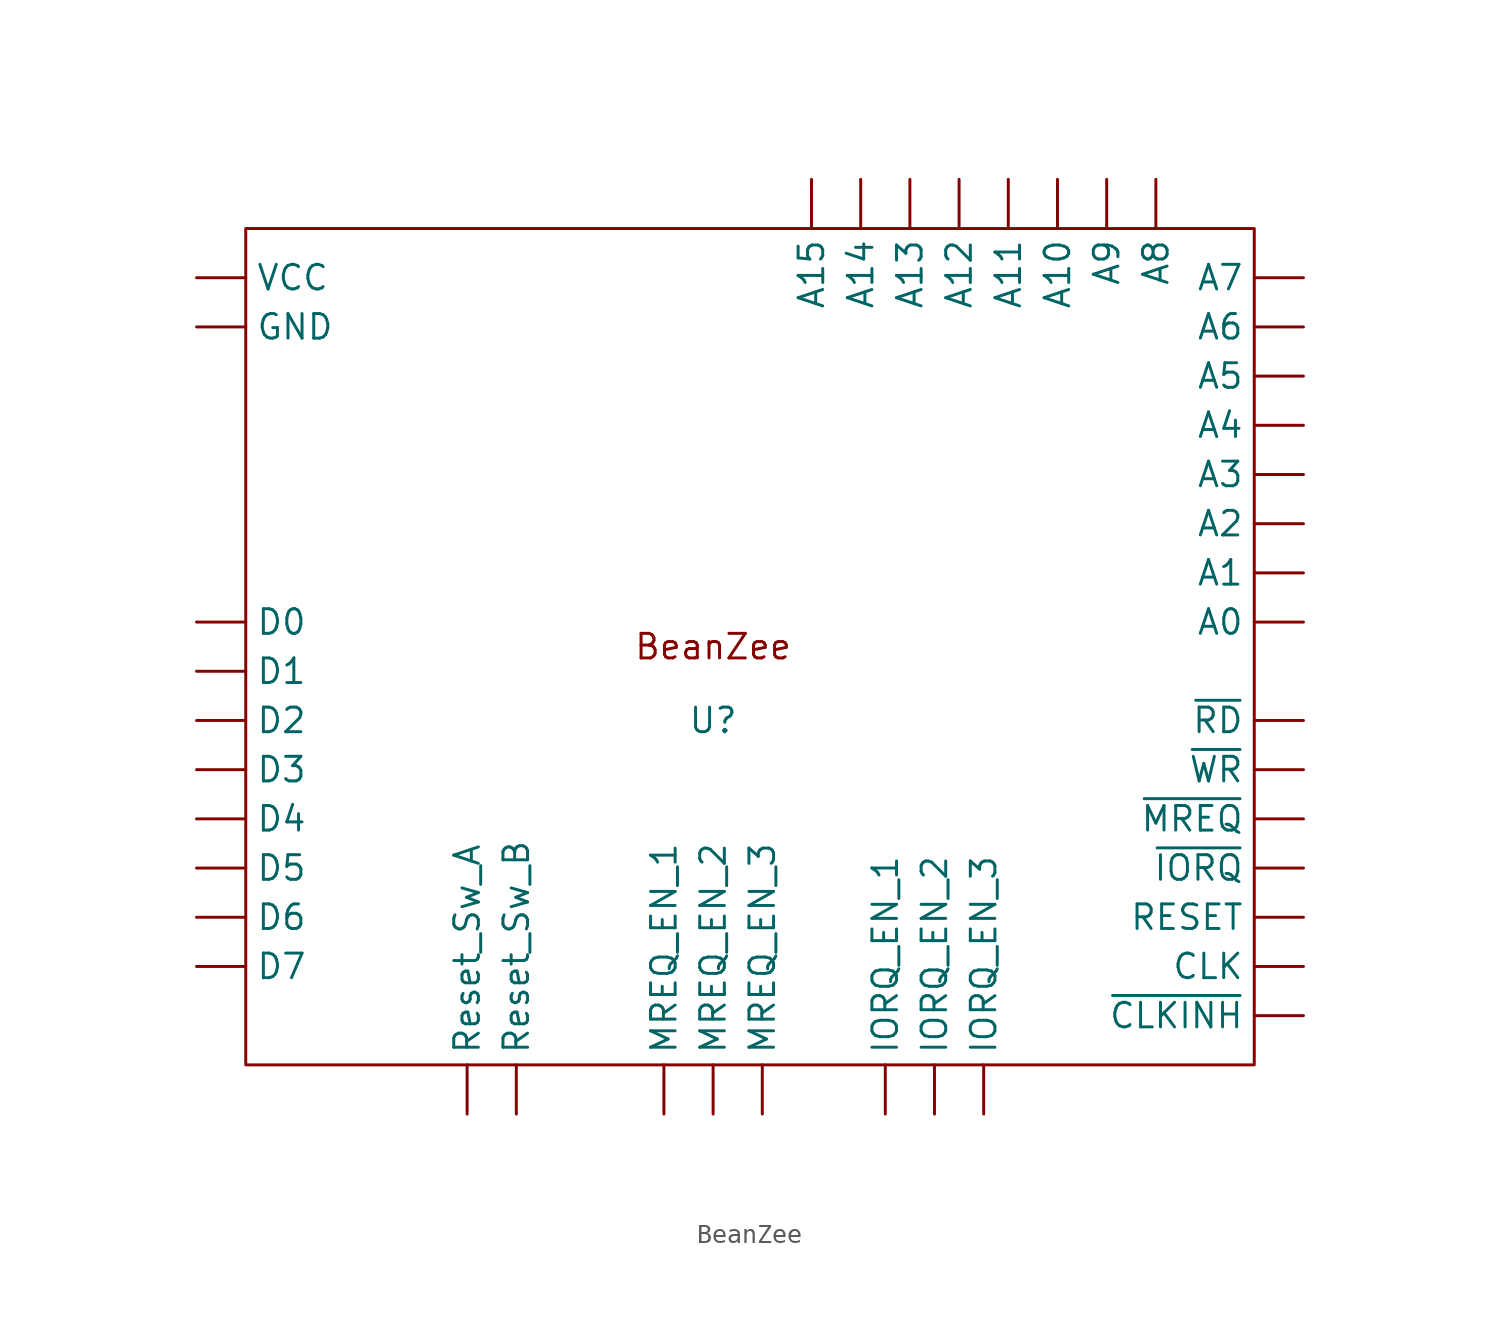
<source format=kicad_sym>
(kicad_symbol_lib
  (version 20220914)
  (generator kicad_symbol_editor)
  (symbol "BeanZee"
    (property "Reference" "U"
      (at 7.62 -3.81 0)
      (effects (font (size 1.27 1.27))))
    (property "Value" ""
      (at 0 0 0)
      (effects (font (size 1.27 1.27))))
    (symbol "BeanZee_0_1"
      (rectangle (start -16.51 21.59) (end 35.56 -21.59) (stroke (width 0) (type default)) (fill (type none))))
    (symbol "BeanZee_1_1"
      (text "BeanZee" (at 7.62 0 0) (effects (font (size 1.27 1.27))))
      (pin output line (at 38.1 1.27 180) (length 2.54) (name "A0" (effects (font (size 1.27 1.27)))) (number "" (effects (font (size 1.27 1.27)))))
      (pin output line (at 38.1 3.81 180) (length 2.54) (name "A1" (effects (font (size 1.27 1.27)))) (number "" (effects (font (size 1.27 1.27)))))
      (pin output line (at 25.4 24.13 270) (length 2.54) (name "A10" (effects (font (size 1.27 1.27)))) (number "" (effects (font (size 1.27 1.27)))))
      (pin output line (at 22.86 24.13 270) (length 2.54) (name "A11" (effects (font (size 1.27 1.27)))) (number "" (effects (font (size 1.27 1.27)))))
      (pin output line (at 20.32 24.13 270) (length 2.54) (name "A12" (effects (font (size 1.27 1.27)))) (number "" (effects (font (size 1.27 1.27)))))
      (pin output line (at 17.78 24.13 270) (length 2.54) (name "A13" (effects (font (size 1.27 1.27)))) (number "" (effects (font (size 1.27 1.27)))))
      (pin output line (at 15.24 24.13 270) (length 2.54) (name "A14" (effects (font (size 1.27 1.27)))) (number "" (effects (font (size 1.27 1.27)))))
      (pin output line (at 12.7 24.13 270) (length 2.54) (name "A15" (effects (font (size 1.27 1.27)))) (number "" (effects (font (size 1.27 1.27)))))
      (pin output line (at 38.1 6.35 180) (length 2.54) (name "A2" (effects (font (size 1.27 1.27)))) (number "" (effects (font (size 1.27 1.27)))))
      (pin output line (at 38.1 8.89 180) (length 2.54) (name "A3" (effects (font (size 1.27 1.27)))) (number "" (effects (font (size 1.27 1.27)))))
      (pin output line (at 38.1 11.43 180) (length 2.54) (name "A4" (effects (font (size 1.27 1.27)))) (number "" (effects (font (size 1.27 1.27)))))
      (pin output line (at 38.1 13.97 180) (length 2.54) (name "A5" (effects (font (size 1.27 1.27)))) (number "" (effects (font (size 1.27 1.27)))))
      (pin output line (at 38.1 16.51 180) (length 2.54) (name "A6" (effects (font (size 1.27 1.27)))) (number "" (effects (font (size 1.27 1.27)))))
      (pin output line (at 38.1 19.05 180) (length 2.54) (name "A7" (effects (font (size 1.27 1.27)))) (number "" (effects (font (size 1.27 1.27)))))
      (pin output line (at 30.48 24.13 270) (length 2.54) (name "A8" (effects (font (size 1.27 1.27)))) (number "" (effects (font (size 1.27 1.27)))))
      (pin output line (at 27.94 24.13 270) (length 2.54) (name "A9" (effects (font (size 1.27 1.27)))) (number "" (effects (font (size 1.27 1.27)))))
      (pin tri_state line (at 38.1 -16.51 180) (length 2.54) (name "CLK" (effects (font (size 1.27 1.27)))) (number "" (effects (font (size 1.27 1.27)))))
      (pin tri_state line (at -19.05 1.27 0) (length 2.54) (name "D0" (effects (font (size 1.27 1.27)))) (number "" (effects (font (size 1.27 1.27)))))
      (pin tri_state line (at -19.05 -1.27 0) (length 2.54) (name "D1" (effects (font (size 1.27 1.27)))) (number "" (effects (font (size 1.27 1.27)))))
      (pin tri_state line (at -19.05 -3.81 0) (length 2.54) (name "D2" (effects (font (size 1.27 1.27)))) (number "" (effects (font (size 1.27 1.27)))))
      (pin tri_state line (at -19.05 -6.35 0) (length 2.54) (name "D3" (effects (font (size 1.27 1.27)))) (number "" (effects (font (size 1.27 1.27)))))
      (pin tri_state line (at -19.05 -8.89 0) (length 2.54) (name "D4" (effects (font (size 1.27 1.27)))) (number "" (effects (font (size 1.27 1.27)))))
      (pin tri_state line (at -19.05 -11.43 0) (length 2.54) (name "D5" (effects (font (size 1.27 1.27)))) (number "" (effects (font (size 1.27 1.27)))))
      (pin tri_state line (at -19.05 -13.97 0) (length 2.54) (name "D6" (effects (font (size 1.27 1.27)))) (number "" (effects (font (size 1.27 1.27)))))
      (pin tri_state line (at -19.05 -16.51 0) (length 2.54) (name "D7" (effects (font (size 1.27 1.27)))) (number "" (effects (font (size 1.27 1.27)))))
      (pin power_out line (at -19.05 16.51 0) (length 2.54) (name "GND" (effects (font (size 1.27 1.27)))) (number "" (effects (font (size 1.27 1.27)))))
      (pin input line (at 16.51 -24.13 90) (length 2.54) (name "IORQ_EN_1" (effects (font (size 1.27 1.27)))) (number "" (effects (font (size 1.27 1.27)))))
      (pin input line (at 19.05 -24.13 90) (length 2.54) (name "IORQ_EN_2" (effects (font (size 1.27 1.27)))) (number "" (effects (font (size 1.27 1.27)))))
      (pin input line (at 21.59 -24.13 90) (length 2.54) (name "IORQ_EN_3" (effects (font (size 1.27 1.27)))) (number "" (effects (font (size 1.27 1.27)))))
      (pin input line (at 5.08 -24.13 90) (length 2.54) (name "MREQ_EN_1" (effects (font (size 1.27 1.27)))) (number "" (effects (font (size 1.27 1.27)))))
      (pin input line (at 7.62 -24.13 90) (length 2.54) (name "MREQ_EN_2" (effects (font (size 1.27 1.27)))) (number "" (effects (font (size 1.27 1.27)))))
      (pin input line (at 10.16 -24.13 90) (length 2.54) (name "MREQ_EN_3" (effects (font (size 1.27 1.27)))) (number "" (effects (font (size 1.27 1.27)))))
      (pin tri_state line (at 38.1 -13.97 180) (length 2.54) (name "RESET" (effects (font (size 1.27 1.27)))) (number "" (effects (font (size 1.27 1.27)))))
      (pin input line (at -5.08 -24.13 90) (length 2.54) (name "Reset_Sw_A" (effects (font (size 1.27 1.27)))) (number "" (effects (font (size 1.27 1.27)))))
      (pin input line (at -2.54 -24.13 90) (length 2.54) (name "Reset_Sw_B" (effects (font (size 1.27 1.27)))) (number "" (effects (font (size 1.27 1.27)))))
      (pin power_out line (at -19.05 19.05 0) (length 2.54) (name "VCC" (effects (font (size 1.27 1.27)))) (number "" (effects (font (size 1.27 1.27)))))
      (pin input line (at 38.1 -19.05 180) (length 2.54) (name "~{CLKINH}" (effects (font (size 1.27 1.27)))) (number "" (effects (font (size 1.27 1.27)))))
      (pin output line (at 38.1 -11.43 180) (length 2.54) (name "~{IORQ}" (effects (font (size 1.27 1.27)))) (number "" (effects (font (size 1.27 1.27)))))
      (pin output line (at 38.1 -8.89 180) (length 2.54) (name "~{MREQ}" (effects (font (size 1.27 1.27)))) (number "" (effects (font (size 1.27 1.27)))))
      (pin output line (at 38.1 -3.81 180) (length 2.54) (name "~{RD}" (effects (font (size 1.27 1.27)))) (number "" (effects (font (size 1.27 1.27)))))
      (pin output line (at 38.1 -6.35 180) (length 2.54) (name "~{WR}" (effects (font (size 1.27 1.27)))) (number "" (effects (font (size 1.27 1.27))))))))
</source>
